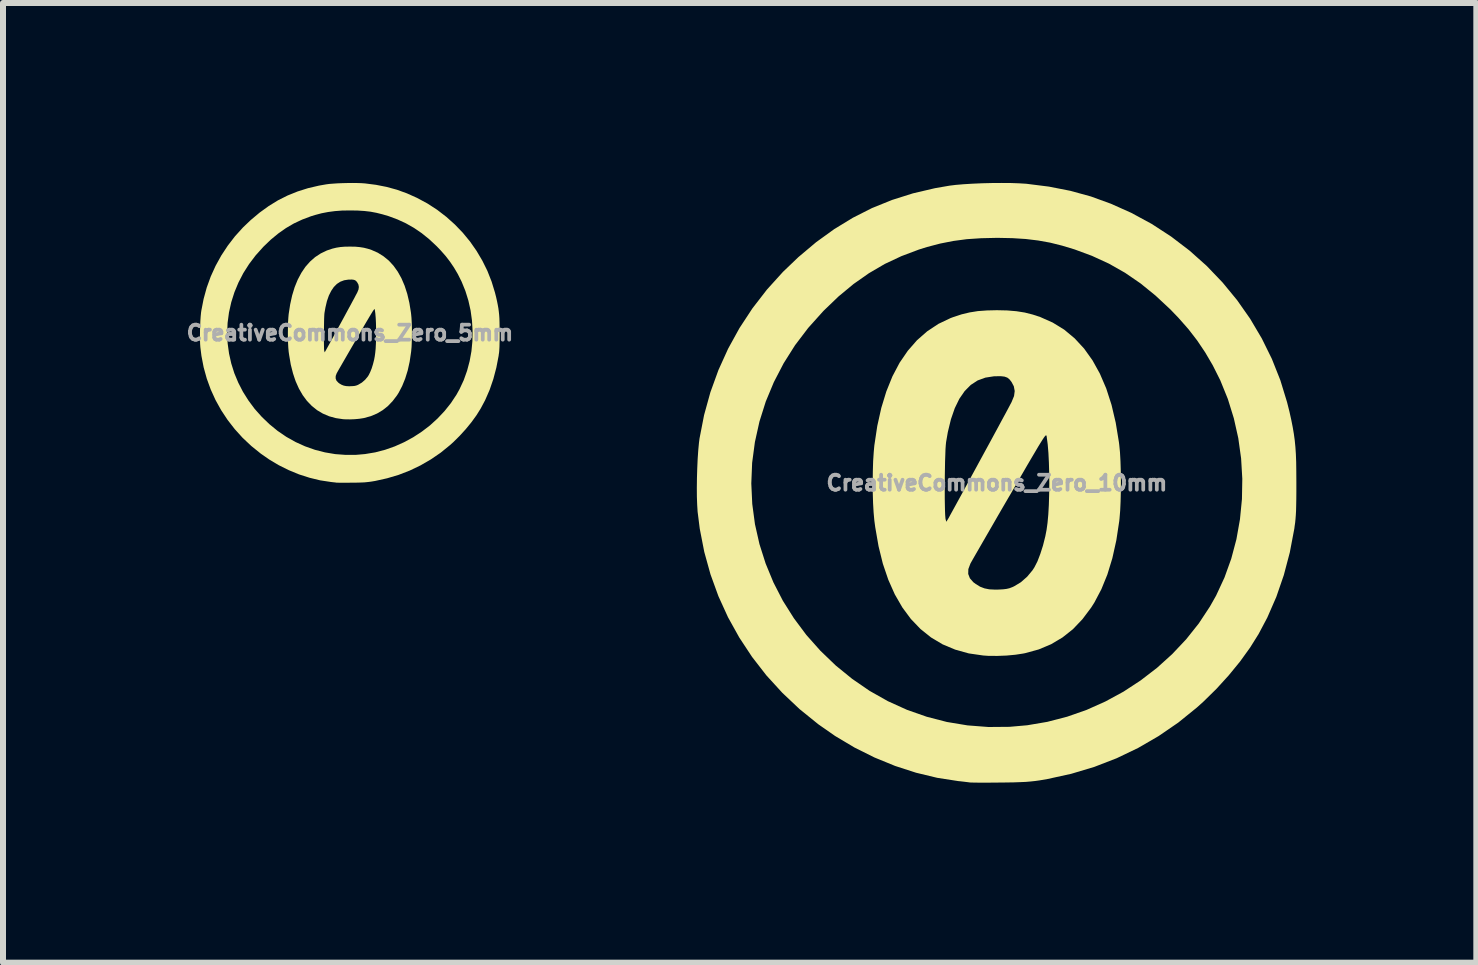
<source format=kicad_pcb>
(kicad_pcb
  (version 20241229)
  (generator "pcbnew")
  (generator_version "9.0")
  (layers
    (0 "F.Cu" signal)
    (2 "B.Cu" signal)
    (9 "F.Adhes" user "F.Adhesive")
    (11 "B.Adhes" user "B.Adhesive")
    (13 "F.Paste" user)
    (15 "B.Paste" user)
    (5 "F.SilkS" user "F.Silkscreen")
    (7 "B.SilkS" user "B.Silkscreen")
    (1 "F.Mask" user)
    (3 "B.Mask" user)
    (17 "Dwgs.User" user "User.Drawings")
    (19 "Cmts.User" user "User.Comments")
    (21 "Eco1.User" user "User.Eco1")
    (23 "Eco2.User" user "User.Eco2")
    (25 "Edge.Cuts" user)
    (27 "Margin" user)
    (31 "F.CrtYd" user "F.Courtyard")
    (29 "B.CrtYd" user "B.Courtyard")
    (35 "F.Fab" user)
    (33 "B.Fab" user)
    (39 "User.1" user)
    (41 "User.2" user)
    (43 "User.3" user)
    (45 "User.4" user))
  (footprint "CreativeCommons_Zero_10mm"
    (layer "F.Cu")
    (at 13.567 5.001)
    (property "Reference" "CreativeCommons_Zero_10mm" (at 0 0 0) (layer "F.Fab") (effects (font (size 0.25 0.25) (thickness 0.3))))
    (attr board_only exclude_from_pos_files exclude_from_bom)
    (fp_poly (pts (xy 0.174 -2.876) (xy 0.327 -2.863) (xy 0.466 -2.841) (xy 0.6 -2.807) (xy 0.722 -2.767) (xy 0.931 -2.674) (xy 1.123 -2.556) (xy 1.297 -2.411) (xy 1.455 -2.24) (xy 1.595 -2.044) (xy 1.718 -1.822) (xy 1.824 -1.575) (xy 1.912 -1.302) (xy 1.982 -1.004) (xy 2.035 -0.681) (xy 2.041 -0.633) (xy 2.053 -0.51) (xy 2.061 -0.363) (xy 2.066 -0.201) (xy 2.068 -0.029) (xy 2.067 0.144) (xy 2.063 0.31) (xy 2.056 0.463) (xy 2.045 0.595) (xy 2.041 0.633) (xy 1.992 0.956) (xy 1.926 1.253) (xy 1.843 1.525) (xy 1.743 1.771) (xy 1.626 1.993) (xy 1.572 2.078) (xy 1.427 2.271) (xy 1.269 2.437) (xy 1.095 2.575) (xy 0.905 2.688) (xy 0.698 2.775) (xy 0.472 2.837) (xy 0.442 2.843) (xy 0.312 2.863) (xy 0.163 2.877) (xy 0.008 2.883) (xy -0.141 2.882) (xy -0.227 2.876) (xy -0.469 2.841) (xy -0.694 2.778) (xy -0.904 2.69) (xy -1.097 2.575) (xy -1.273 2.434) (xy -1.433 2.267) (xy -1.575 2.075) (xy -1.701 1.857) (xy -1.809 1.614) (xy -1.842 1.517) (xy -0.477 1.517) (xy -0.449 1.589) (xy -0.391 1.655) (xy -0.352 1.684) (xy -0.279 1.729) (xy -0.206 1.757) (xy -0.126 1.773) (xy -0.028 1.778) (xy 0.025 1.777) (xy 0.103 1.773) (xy 0.161 1.766) (xy 0.209 1.755) (xy 0.259 1.736) (xy 0.287 1.723) (xy 0.4 1.655) (xy 0.505 1.563) (xy 0.595 1.455) (xy 0.626 1.407) (xy 0.677 1.307) (xy 0.725 1.182) (xy 0.77 1.041) (xy 0.808 0.89) (xy 0.829 0.782) (xy 0.845 0.666) (xy 0.858 0.525) (xy 0.867 0.366) (xy 0.872 0.194) (xy 0.875 0.015) (xy 0.873 -0.164) (xy 0.868 -0.338) (xy 0.86 -0.5) (xy 0.848 -0.644) (xy 0.832 -0.764) (xy 0.831 -0.773) (xy 0.829 -0.784) (xy 0.825 -0.792) (xy 0.82 -0.794) (xy 0.812 -0.79) (xy 0.8 -0.777) (xy 0.783 -0.754) (xy 0.76 -0.719) (xy 0.73 -0.671) (xy 0.691 -0.608) (xy 0.644 -0.528) (xy 0.586 -0.43) (xy 0.516 -0.311) (xy 0.435 -0.171) (xy 0.34 -0.008) (xy 0.231 0.181) (xy 0.204 0.227) (xy 0.106 0.395) (xy 0.012 0.557) (xy -0.076 0.71) (xy -0.158 0.852) (xy -0.232 0.98) (xy -0.297 1.093) (xy -0.352 1.188) (xy -0.395 1.263) (xy -0.425 1.316) (xy -0.441 1.345) (xy -0.442 1.348) (xy -0.475 1.436) (xy -0.477 1.517) (xy -1.842 1.517) (xy -1.9 1.346) (xy -1.972 1.054) (xy -2.027 0.737) (xy -2.042 0.625) (xy -2.054 0.492) (xy -2.063 0.336) (xy -2.068 0.164) (xy -2.068 0.142) (xy -0.868 0.142) (xy -0.868 0.261) (xy -0.866 0.37) (xy -0.864 0.463) (xy -0.861 0.536) (xy -0.857 0.585) (xy -0.855 0.601) (xy -0.842 0.647) (xy -0.814 0.601) (xy -0.801 0.58) (xy -0.776 0.533) (xy -0.738 0.464) (xy -0.689 0.375) (xy -0.63 0.267) (xy -0.563 0.145) (xy -0.489 0.009) (xy -0.41 -0.137) (xy -0.326 -0.291) (xy -0.293 -0.352) (xy -0.207 -0.51) (xy -0.124 -0.662) (xy -0.046 -0.806) (xy 0.026 -0.939) (xy 0.09 -1.058) (xy 0.146 -1.161) (xy 0.191 -1.245) (xy 0.224 -1.308) (xy 0.245 -1.347) (xy 0.248 -1.354) (xy 0.287 -1.449) (xy 0.298 -1.533) (xy 0.283 -1.612) (xy 0.246 -1.682) (xy 0.212 -1.726) (xy 0.175 -1.756) (xy 0.128 -1.773) (xy 0.066 -1.78) (xy -0.019 -1.779) (xy -0.05 -1.778) (xy -0.191 -1.756) (xy -0.32 -1.709) (xy -0.435 -1.634) (xy -0.536 -1.532) (xy -0.625 -1.403) (xy -0.701 -1.247) (xy -0.765 -1.062) (xy -0.817 -0.848) (xy -0.846 -0.68) (xy -0.851 -0.631) (xy -0.856 -0.559) (xy -0.859 -0.466) (xy -0.863 -0.358) (xy -0.865 -0.239) (xy -0.867 -0.113) (xy -0.868 0.016) (xy -0.868 0.142) (xy -2.068 0.142) (xy -2.069 -0.015) (xy -2.067 -0.193) (xy -2.062 -0.362) (xy -2.052 -0.515) (xy -2.042 -0.625) (xy -1.993 -0.95) (xy -1.926 -1.251) (xy -1.842 -1.526) (xy -1.74 -1.778) (xy -1.621 -2.004) (xy -1.484 -2.204) (xy -1.331 -2.379) (xy -1.161 -2.528) (xy -0.974 -2.652) (xy -0.77 -2.749) (xy -0.724 -2.766) (xy -0.587 -2.811) (xy -0.454 -2.843) (xy -0.316 -2.865) (xy -0.165 -2.876) (xy 0 -2.88)) (stroke (width 0) (type solid)) (fill yes) (layer "F.SilkS"))
    (fp_poly (pts (xy 0.235 -5) (xy 0.373 -4.995) (xy 0.489 -4.988) (xy 0.497 -4.987) (xy 0.87 -4.94) (xy 1.226 -4.87) (xy 1.568 -4.776) (xy 1.901 -4.655) (xy 2.23 -4.508) (xy 2.243 -4.502) (xy 2.584 -4.317) (xy 2.908 -4.106) (xy 3.213 -3.873) (xy 3.499 -3.618) (xy 3.763 -3.342) (xy 4.005 -3.048) (xy 4.223 -2.737) (xy 4.417 -2.409) (xy 4.585 -2.068) (xy 4.726 -1.713) (xy 4.838 -1.347) (xy 4.878 -1.188) (xy 4.908 -1.053) (xy 4.932 -0.932) (xy 4.951 -0.82) (xy 4.966 -0.712) (xy 4.977 -0.6) (xy 4.985 -0.481) (xy 4.99 -0.348) (xy 4.992 -0.196) (xy 4.993 -0.018) (xy 4.993 0) (xy 4.993 0.151) (xy 4.992 0.276) (xy 4.99 0.378) (xy 4.988 0.463) (xy 4.984 0.536) (xy 4.979 0.6) (xy 4.973 0.661) (xy 4.964 0.723) (xy 4.959 0.762) (xy 4.884 1.157) (xy 4.784 1.536) (xy 4.659 1.899) (xy 4.509 2.243) (xy 4.364 2.517) (xy 4.222 2.744) (xy 4.054 2.977) (xy 3.865 3.208) (xy 3.661 3.432) (xy 3.445 3.644) (xy 3.335 3.743) (xy 3.025 3.994) (xy 2.697 4.219) (xy 2.354 4.418) (xy 1.997 4.589) (xy 1.625 4.733) (xy 1.241 4.848) (xy 0.845 4.935) (xy 0.712 4.958) (xy 0.639 4.968) (xy 0.565 4.976) (xy 0.484 4.983) (xy 0.391 4.987) (xy 0.28 4.991) (xy 0.147 4.993) (xy 0.055 4.994) (xy -0.064 4.995) (xy -0.174 4.996) (xy -0.271 4.996) (xy -0.351 4.995) (xy -0.41 4.994) (xy -0.443 4.993) (xy -0.445 4.993) (xy -0.482 4.988) (xy -0.539 4.981) (xy -0.608 4.973) (xy -0.641 4.97) (xy -0.994 4.915) (xy -1.347 4.83) (xy -1.696 4.717) (xy -2.04 4.576) (xy -2.375 4.409) (xy -2.697 4.217) (xy -2.975 4.023) (xy -3.288 3.77) (xy -3.576 3.498) (xy -3.841 3.208) (xy -4.08 2.9) (xy -4.293 2.577) (xy -4.481 2.239) (xy -4.641 1.888) (xy -4.773 1.524) (xy -4.877 1.149) (xy -4.952 0.764) (xy -4.988 0.479) (xy -4.995 0.366) (xy -5 0.23) (xy -5.001 0.079) (xy -5 0.008) (xy -4.093 0.008) (xy -4.077 0.35) (xy -4.032 0.687) (xy -3.957 1.019) (xy -3.854 1.343) (xy -3.724 1.658) (xy -3.567 1.963) (xy -3.383 2.255) (xy -3.175 2.534) (xy -2.941 2.797) (xy -2.684 3.044) (xy -2.411 3.266) (xy -2.12 3.466) (xy -1.815 3.638) (xy -1.497 3.782) (xy -1.169 3.897) (xy -0.833 3.984) (xy -0.489 4.041) (xy -0.14 4.068) (xy 0.212 4.065) (xy 0.507 4.039) (xy 0.842 3.982) (xy 1.173 3.896) (xy 1.496 3.783) (xy 1.809 3.643) (xy 2.111 3.479) (xy 2.398 3.291) (xy 2.67 3.082) (xy 2.923 2.853) (xy 3.156 2.606) (xy 3.367 2.341) (xy 3.552 2.06) (xy 3.656 1.876) (xy 3.795 1.576) (xy 3.908 1.262) (xy 3.994 0.938) (xy 4.053 0.606) (xy 4.086 0.269) (xy 4.092 -0.07) (xy 4.072 -0.41) (xy 4.025 -0.747) (xy 3.951 -1.077) (xy 3.851 -1.4) (xy 3.725 -1.711) (xy 3.599 -1.962) (xy 3.473 -2.177) (xy 3.34 -2.375) (xy 3.194 -2.564) (xy 3.03 -2.75) (xy 2.893 -2.893) (xy 2.645 -3.124) (xy 2.395 -3.327) (xy 2.137 -3.504) (xy 1.869 -3.656) (xy 1.586 -3.786) (xy 1.297 -3.893) (xy 1.089 -3.956) (xy 0.889 -4.006) (xy 0.689 -4.042) (xy 0.482 -4.067) (xy 0.261 -4.081) (xy 0.017 -4.086) (xy 0 -4.086) (xy -0.261 -4.08) (xy -0.501 -4.064) (xy -0.726 -4.034) (xy -0.944 -3.991) (xy -1.162 -3.934) (xy -1.299 -3.891) (xy -1.591 -3.781) (xy -1.868 -3.651) (xy -2.133 -3.496) (xy -2.388 -3.317) (xy -2.638 -3.11) (xy -2.884 -2.874) (xy -2.9 -2.857) (xy -3.145 -2.584) (xy -3.364 -2.296) (xy -3.554 -1.995) (xy -3.717 -1.681) (xy -3.852 -1.357) (xy -3.957 -1.024) (xy -4.033 -0.682) (xy -4.079 -0.336) (xy -4.093 0.008) (xy -5 0.008) (xy -4.999 -0.082) (xy -4.994 -0.245) (xy -4.987 -0.402) (xy -4.977 -0.547) (xy -4.965 -0.673) (xy -4.956 -0.742) (xy -4.88 -1.132) (xy -4.775 -1.512) (xy -4.641 -1.882) (xy -4.479 -2.239) (xy -4.29 -2.582) (xy -4.074 -2.911) (xy -3.832 -3.224) (xy -3.565 -3.519) (xy -3.308 -3.765) (xy -3.012 -4.014) (xy -2.71 -4.232) (xy -2.4 -4.421) (xy -2.08 -4.583) (xy -1.746 -4.718) (xy -1.398 -4.828) (xy -1.031 -4.914) (xy -0.789 -4.956) (xy -0.683 -4.969) (xy -0.553 -4.98) (xy -0.404 -4.989) (xy -0.244 -4.996) (xy -0.08 -5) (xy 0.082 -5.001)) (stroke (width 0) (type solid)) (fill yes) (layer "F.SilkS")))
  (footprint "CreativeCommons_Zero_5mm"
    (layer "F.Cu")
    (at 2.783 2.5)
    (property "Reference" "CreativeCommons_Zero_5mm" (at 0 0 0) (layer "F.Fab") (effects (font (size 0.25 0.25) (thickness 0.3))))
    (attr board_only exclude_from_pos_files exclude_from_bom)
    (fp_poly (pts (xy 0.087 -1.438) (xy 0.163 -1.431) (xy 0.233 -1.42) (xy 0.3 -1.403) (xy 0.361 -1.383) (xy 0.465 -1.337) (xy 0.561 -1.277) (xy 0.649 -1.205) (xy 0.727 -1.12) (xy 0.797 -1.022) (xy 0.859 -0.911) (xy 0.912 -0.787) (xy 0.956 -0.651) (xy 0.991 -0.502) (xy 1.017 -0.341) (xy 1.02 -0.316) (xy 1.026 -0.255) (xy 1.03 -0.182) (xy 1.033 -0.1) (xy 1.034 -0.015) (xy 1.033 0.072) (xy 1.031 0.155) (xy 1.028 0.232) (xy 1.022 0.297) (xy 1.02 0.316) (xy 0.996 0.478) (xy 0.963 0.627) (xy 0.921 0.762) (xy 0.871 0.885) (xy 0.813 0.996) (xy 0.786 1.039) (xy 0.713 1.135) (xy 0.634 1.218) (xy 0.547 1.287) (xy 0.453 1.343) (xy 0.349 1.387) (xy 0.236 1.418) (xy 0.221 1.421) (xy 0.156 1.431) (xy 0.081 1.438) (xy 0.004 1.441) (xy -0.07 1.44) (xy -0.113 1.438) (xy -0.234 1.42) (xy -0.347 1.389) (xy -0.452 1.344) (xy -0.548 1.287) (xy -0.636 1.216) (xy -0.716 1.133) (xy -0.787 1.037) (xy -0.85 0.928) (xy -0.904 0.807) (xy -0.921 0.758) (xy -0.238 0.758) (xy -0.225 0.794) (xy -0.195 0.827) (xy -0.176 0.842) (xy -0.139 0.864) (xy -0.103 0.878) (xy -0.063 0.886) (xy -0.014 0.889) (xy 0.012 0.888) (xy 0.052 0.886) (xy 0.08 0.883) (xy 0.105 0.877) (xy 0.129 0.868) (xy 0.143 0.861) (xy 0.2 0.827) (xy 0.253 0.781) (xy 0.298 0.727) (xy 0.313 0.703) (xy 0.338 0.653) (xy 0.363 0.591) (xy 0.385 0.52) (xy 0.404 0.445) (xy 0.414 0.391) (xy 0.422 0.333) (xy 0.429 0.263) (xy 0.433 0.183) (xy 0.436 0.097) (xy 0.437 0.008) (xy 0.436 -0.082) (xy 0.434 -0.169) (xy 0.43 -0.25) (xy 0.424 -0.322) (xy 0.416 -0.382) (xy 0.415 -0.387) (xy 0.414 -0.392) (xy 0.413 -0.396) (xy 0.41 -0.397) (xy 0.406 -0.395) (xy 0.4 -0.388) (xy 0.392 -0.377) (xy 0.38 -0.36) (xy 0.365 -0.335) (xy 0.346 -0.304) (xy 0.322 -0.264) (xy 0.293 -0.215) (xy 0.258 -0.156) (xy 0.217 -0.086) (xy 0.17 -0.004) (xy 0.115 0.09) (xy 0.102 0.113) (xy 0.053 0.198) (xy 0.006 0.279) (xy -0.038 0.355) (xy -0.079 0.426) (xy -0.116 0.49) (xy -0.148 0.546) (xy -0.176 0.594) (xy -0.197 0.631) (xy -0.212 0.658) (xy -0.22 0.672) (xy -0.221 0.674) (xy -0.237 0.718) (xy -0.238 0.758) (xy -0.921 0.758) (xy -0.949 0.673) (xy -0.986 0.527) (xy -1.013 0.368) (xy -1.021 0.313) (xy -1.027 0.246) (xy -1.031 0.168) (xy -1.034 0.082) (xy -1.034 0.071) (xy -0.434 0.071) (xy -0.434 0.131) (xy -0.433 0.185) (xy -0.432 0.231) (xy -0.431 0.268) (xy -0.429 0.292) (xy -0.427 0.3) (xy -0.421 0.324) (xy -0.407 0.3) (xy -0.401 0.29) (xy -0.388 0.266) (xy -0.369 0.232) (xy -0.344 0.187) (xy -0.315 0.134) (xy -0.281 0.072) (xy -0.245 0.005) (xy -0.205 -0.068) (xy -0.163 -0.145) (xy -0.146 -0.176) (xy -0.103 -0.255) (xy -0.062 -0.331) (xy -0.023 -0.403) (xy 0.013 -0.469) (xy 0.045 -0.529) (xy 0.073 -0.58) (xy 0.095 -0.623) (xy 0.112 -0.654) (xy 0.122 -0.673) (xy 0.124 -0.677) (xy 0.143 -0.724) (xy 0.149 -0.766) (xy 0.142 -0.806) (xy 0.123 -0.841) (xy 0.106 -0.863) (xy 0.087 -0.878) (xy 0.064 -0.886) (xy 0.033 -0.89) (xy -0.009 -0.889) (xy -0.025 -0.889) (xy -0.096 -0.878) (xy -0.16 -0.854) (xy -0.217 -0.817) (xy -0.268 -0.766) (xy -0.312 -0.701) (xy -0.351 -0.623) (xy -0.383 -0.531) (xy -0.408 -0.424) (xy -0.423 -0.34) (xy -0.426 -0.316) (xy -0.428 -0.279) (xy -0.43 -0.233) (xy -0.431 -0.179) (xy -0.432 -0.119) (xy -0.433 -0.056) (xy -0.434 0.008) (xy -0.434 0.071) (xy -1.034 0.071) (xy -1.034 -0.007) (xy -1.033 -0.096) (xy -1.031 -0.181) (xy -1.026 -0.258) (xy -1.021 -0.313) (xy -0.996 -0.475) (xy -0.963 -0.625) (xy -0.921 -0.763) (xy -0.87 -0.888) (xy -0.81 -1.001) (xy -0.742 -1.102) (xy -0.665 -1.189) (xy -0.58 -1.264) (xy -0.487 -1.325) (xy -0.385 -1.374) (xy -0.362 -1.382) (xy -0.293 -1.405) (xy -0.227 -1.421) (xy -0.158 -1.432) (xy -0.083 -1.438) (xy 0 -1.439)) (stroke (width 0) (type solid)) (fill yes) (layer "F.SilkS"))
    (fp_poly (pts (xy 0.118 -2.499) (xy 0.187 -2.497) (xy 0.245 -2.493) (xy 0.248 -2.493) (xy 0.435 -2.469) (xy 0.613 -2.434) (xy 0.784 -2.387) (xy 0.95 -2.327) (xy 1.115 -2.253) (xy 1.121 -2.25) (xy 1.292 -2.158) (xy 1.454 -2.053) (xy 1.606 -1.936) (xy 1.749 -1.808) (xy 1.881 -1.671) (xy 2.002 -1.524) (xy 2.111 -1.368) (xy 2.208 -1.204) (xy 2.292 -1.034) (xy 2.362 -0.856) (xy 2.418 -0.673) (xy 2.438 -0.594) (xy 2.453 -0.526) (xy 2.465 -0.466) (xy 2.475 -0.41) (xy 2.482 -0.356) (xy 2.488 -0.3) (xy 2.492 -0.24) (xy 2.494 -0.174) (xy 2.495 -0.098) (xy 2.496 -0.009) (xy 2.496 0) (xy 2.496 0.076) (xy 2.495 0.138) (xy 2.494 0.189) (xy 2.493 0.232) (xy 2.491 0.268) (xy 2.489 0.3) (xy 2.486 0.331) (xy 2.481 0.362) (xy 2.479 0.381) (xy 2.441 0.578) (xy 2.391 0.768) (xy 2.329 0.949) (xy 2.254 1.121) (xy 2.181 1.258) (xy 2.11 1.372) (xy 2.026 1.488) (xy 1.932 1.603) (xy 1.83 1.715) (xy 1.722 1.822) (xy 1.667 1.871) (xy 1.512 1.997) (xy 1.348 2.109) (xy 1.177 2.208) (xy 0.998 2.294) (xy 0.812 2.366) (xy 0.62 2.423) (xy 0.422 2.467) (xy 0.356 2.478) (xy 0.319 2.483) (xy 0.282 2.487) (xy 0.242 2.491) (xy 0.195 2.493) (xy 0.14 2.495) (xy 0.074 2.496) (xy 0.027 2.496) (xy -0.032 2.497) (xy -0.087 2.497) (xy -0.135 2.497) (xy -0.176 2.497) (xy -0.205 2.496) (xy -0.221 2.496) (xy -0.223 2.496) (xy -0.241 2.493) (xy -0.269 2.49) (xy -0.304 2.486) (xy -0.32 2.484) (xy -0.497 2.457) (xy -0.673 2.414) (xy -0.848 2.358) (xy -1.02 2.287) (xy -1.187 2.204) (xy -1.348 2.108) (xy -1.487 2.011) (xy -1.643 1.885) (xy -1.788 1.749) (xy -1.92 1.603) (xy -2.039 1.45) (xy -2.146 1.288) (xy -2.24 1.119) (xy -2.32 0.943) (xy -2.386 0.762) (xy -2.438 0.574) (xy -2.475 0.382) (xy -2.493 0.239) (xy -2.497 0.183) (xy -2.499 0.115) (xy -2.5 0.039) (xy -2.499 0.004) (xy -2.046 0.004) (xy -2.038 0.175) (xy -2.015 0.343) (xy -1.978 0.509) (xy -1.927 0.671) (xy -1.861 0.829) (xy -1.783 0.981) (xy -1.691 1.127) (xy -1.587 1.267) (xy -1.47 1.398) (xy -1.342 1.521) (xy -1.205 1.633) (xy -1.06 1.732) (xy -0.907 1.818) (xy -0.748 1.89) (xy -0.584 1.948) (xy -0.416 1.991) (xy -0.245 2.02) (xy -0.07 2.033) (xy 0.106 2.032) (xy 0.253 2.019) (xy 0.421 1.991) (xy 0.586 1.948) (xy 0.748 1.891) (xy 0.904 1.821) (xy 1.055 1.739) (xy 1.199 1.645) (xy 1.335 1.541) (xy 1.461 1.426) (xy 1.578 1.302) (xy 1.683 1.17) (xy 1.776 1.03) (xy 1.827 0.938) (xy 1.897 0.788) (xy 1.953 0.631) (xy 1.996 0.469) (xy 2.026 0.303) (xy 2.042 0.135) (xy 2.045 -0.035) (xy 2.035 -0.205) (xy 2.012 -0.373) (xy 1.975 -0.539) (xy 1.925 -0.7) (xy 1.862 -0.855) (xy 1.799 -0.981) (xy 1.736 -1.088) (xy 1.669 -1.187) (xy 1.597 -1.281) (xy 1.514 -1.375) (xy 1.446 -1.446) (xy 1.322 -1.562) (xy 1.197 -1.663) (xy 1.068 -1.751) (xy 0.934 -1.827) (xy 0.793 -1.892) (xy 0.648 -1.946) (xy 0.544 -1.977) (xy 0.444 -2.002) (xy 0.344 -2.021) (xy 0.241 -2.033) (xy 0.13 -2.04) (xy 0.009 -2.042) (xy 0 -2.042) (xy -0.131 -2.04) (xy -0.25 -2.031) (xy -0.363 -2.016) (xy -0.472 -1.995) (xy -0.581 -1.966) (xy -0.649 -1.945) (xy -0.795 -1.89) (xy -0.934 -1.825) (xy -1.066 -1.748) (xy -1.194 -1.658) (xy -1.319 -1.555) (xy -1.442 -1.437) (xy -1.45 -1.428) (xy -1.572 -1.292) (xy -1.681 -1.148) (xy -1.777 -0.997) (xy -1.858 -0.84) (xy -1.925 -0.679) (xy -1.978 -0.512) (xy -2.016 -0.341) (xy -2.039 -0.168) (xy -2.046 0.004) (xy -2.499 0.004) (xy -2.499 -0.041) (xy -2.496 -0.122) (xy -2.493 -0.201) (xy -2.488 -0.273) (xy -2.482 -0.336) (xy -2.477 -0.371) (xy -2.439 -0.566) (xy -2.387 -0.756) (xy -2.32 -0.941) (xy -2.239 -1.119) (xy -2.144 -1.291) (xy -2.036 -1.455) (xy -1.916 -1.611) (xy -1.782 -1.759) (xy -1.653 -1.882) (xy -1.505 -2.006) (xy -1.354 -2.115) (xy -1.2 -2.21) (xy -1.039 -2.291) (xy -0.873 -2.358) (xy -0.699 -2.413) (xy -0.515 -2.456) (xy -0.395 -2.477) (xy -0.342 -2.484) (xy -0.276 -2.489) (xy -0.202 -2.494) (xy -0.122 -2.497) (xy -0.04 -2.499) (xy 0.041 -2.5)) (stroke (width 0) (type solid)) (fill yes) (layer "F.SilkS")))
  (gr_rect
    (start -3 -3)
    (end 21.56 12.997)
    (stroke (width 0.1) (type default))
    (fill no)
    (layer "Edge.Cuts")))
</source>
